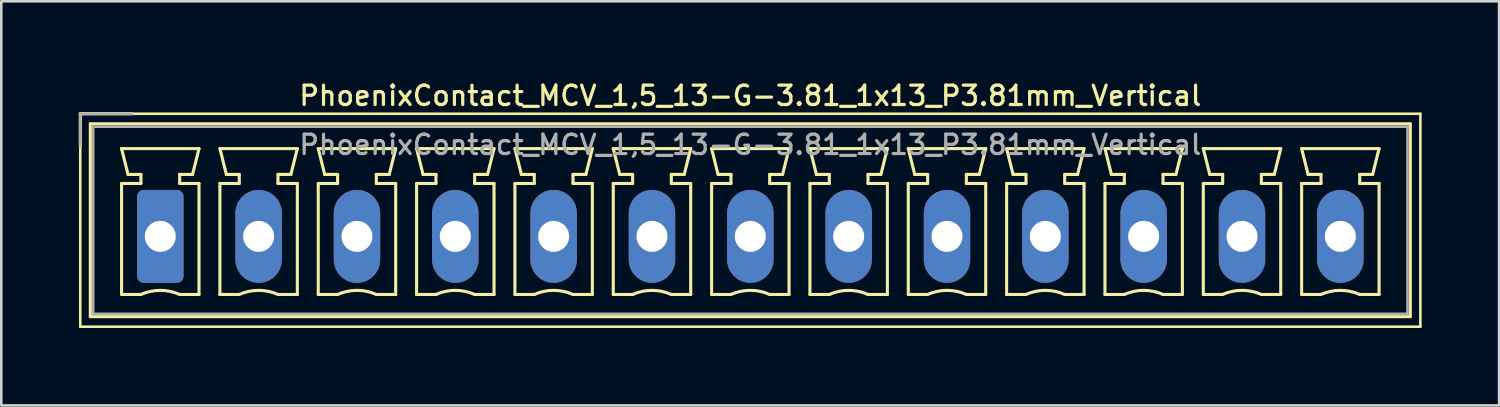
<source format=kicad_pcb>
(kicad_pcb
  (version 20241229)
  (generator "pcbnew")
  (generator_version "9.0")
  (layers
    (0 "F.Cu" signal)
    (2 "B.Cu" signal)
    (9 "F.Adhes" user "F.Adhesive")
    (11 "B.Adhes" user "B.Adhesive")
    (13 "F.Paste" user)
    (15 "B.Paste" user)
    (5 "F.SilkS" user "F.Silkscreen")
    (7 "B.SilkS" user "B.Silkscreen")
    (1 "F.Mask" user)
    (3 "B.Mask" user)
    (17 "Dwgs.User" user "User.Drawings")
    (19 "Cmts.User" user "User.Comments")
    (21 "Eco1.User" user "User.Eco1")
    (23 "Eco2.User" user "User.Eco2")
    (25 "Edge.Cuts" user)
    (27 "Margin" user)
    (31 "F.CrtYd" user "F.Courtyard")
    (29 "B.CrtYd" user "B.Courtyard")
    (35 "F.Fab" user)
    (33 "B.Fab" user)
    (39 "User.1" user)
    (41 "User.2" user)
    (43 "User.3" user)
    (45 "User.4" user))
  (footprint "PhoenixContact_MCV_1,5_13-G-3.81_1x13_P3.81mm_Vertical"
    (layer "F.Cu")
    (at 3.16 6.108)
    (property "Reference" "PhoenixContact_MCV_1,5_13-G-3.81_1x13_P3.81mm_Vertical" (at 22.86 -5.45 0) (layer "F.SilkS") (effects (font (size 0.75 0.75) (thickness 0.125))))
    (attr through_hole)
    (fp_line (start -3.1 -4.75) (end -3.1 3.5) (stroke (width 0.1) (type solid)) (layer "F.SilkS"))
    (fp_line (start -3.1 -4.75) (end -1.1 -4.75) (stroke (width 0.12) (type solid)) (layer "F.SilkS"))
    (fp_line (start -3.1 -3.5) (end -3.1 -4.75) (stroke (width 0.12) (type solid)) (layer "F.SilkS"))
    (fp_line (start -3.1 3.5) (end 48.82 3.5) (stroke (width 0.1) (type solid)) (layer "F.SilkS"))
    (fp_line (start -2.71 -4.36) (end -2.71 3.11) (stroke (width 0.12) (type solid)) (layer "F.SilkS"))
    (fp_line (start -2.71 3.11) (end 48.43 3.11) (stroke (width 0.12) (type solid)) (layer "F.SilkS"))
    (fp_line (start -1.5 -3.4) (end 1.5 -3.4) (stroke (width 0.12) (type solid)) (layer "F.SilkS"))
    (fp_line (start -1.5 -2.05) (end -0.75 -2.05) (stroke (width 0.12) (type solid)) (layer "F.SilkS"))
    (fp_line (start -1.5 2.25) (end -1.5 -2.05) (stroke (width 0.12) (type solid)) (layer "F.SilkS"))
    (fp_line (start -1.25 -2.4) (end -1.5 -3.4) (stroke (width 0.12) (type solid)) (layer "F.SilkS"))
    (fp_line (start -0.75 -2.4) (end -1.25 -2.4) (stroke (width 0.12) (type solid)) (layer "F.SilkS"))
    (fp_line (start -0.75 -2.05) (end -0.75 -2.4) (stroke (width 0.12) (type solid)) (layer "F.SilkS"))
    (fp_line (start -0.75 2.25) (end -1.5 2.25) (stroke (width 0.12) (type solid)) (layer "F.SilkS"))
    (fp_line (start 0.75 -2.4) (end 0.75 -2.05) (stroke (width 0.12) (type solid)) (layer "F.SilkS"))
    (fp_line (start 0.75 -2.05) (end 1.5 -2.05) (stroke (width 0.12) (type solid)) (layer "F.SilkS"))
    (fp_line (start 1.25 -2.4) (end 0.75 -2.4) (stroke (width 0.12) (type solid)) (layer "F.SilkS"))
    (fp_line (start 1.5 -3.4) (end 1.25 -2.4) (stroke (width 0.12) (type solid)) (layer "F.SilkS"))
    (fp_line (start 1.5 -2.05) (end 1.5 2.25) (stroke (width 0.12) (type solid)) (layer "F.SilkS"))
    (fp_line (start 1.5 2.25) (end 0.75 2.25) (stroke (width 0.12) (type solid)) (layer "F.SilkS"))
    (fp_line (start 2.31 -3.4) (end 5.31 -3.4) (stroke (width 0.12) (type solid)) (layer "F.SilkS"))
    (fp_line (start 2.31 -2.05) (end 3.06 -2.05) (stroke (width 0.12) (type solid)) (layer "F.SilkS"))
    (fp_line (start 2.31 2.25) (end 2.31 -2.05) (stroke (width 0.12) (type solid)) (layer "F.SilkS"))
    (fp_line (start 2.56 -2.4) (end 2.31 -3.4) (stroke (width 0.12) (type solid)) (layer "F.SilkS"))
    (fp_line (start 3.06 -2.4) (end 2.56 -2.4) (stroke (width 0.12) (type solid)) (layer "F.SilkS"))
    (fp_line (start 3.06 -2.05) (end 3.06 -2.4) (stroke (width 0.12) (type solid)) (layer "F.SilkS"))
    (fp_line (start 3.06 2.25) (end 2.31 2.25) (stroke (width 0.12) (type solid)) (layer "F.SilkS"))
    (fp_line (start 4.56 -2.4) (end 4.56 -2.05) (stroke (width 0.12) (type solid)) (layer "F.SilkS"))
    (fp_line (start 4.56 -2.05) (end 5.31 -2.05) (stroke (width 0.12) (type solid)) (layer "F.SilkS"))
    (fp_line (start 5.06 -2.4) (end 4.56 -2.4) (stroke (width 0.12) (type solid)) (layer "F.SilkS"))
    (fp_line (start 5.31 -3.4) (end 5.06 -2.4) (stroke (width 0.12) (type solid)) (layer "F.SilkS"))
    (fp_line (start 5.31 -2.05) (end 5.31 2.25) (stroke (width 0.12) (type solid)) (layer "F.SilkS"))
    (fp_line (start 5.31 2.25) (end 4.56 2.25) (stroke (width 0.12) (type solid)) (layer "F.SilkS"))
    (fp_line (start 6.12 -3.4) (end 9.12 -3.4) (stroke (width 0.12) (type solid)) (layer "F.SilkS"))
    (fp_line (start 6.12 -2.05) (end 6.87 -2.05) (stroke (width 0.12) (type solid)) (layer "F.SilkS"))
    (fp_line (start 6.12 2.25) (end 6.12 -2.05) (stroke (width 0.12) (type solid)) (layer "F.SilkS"))
    (fp_line (start 6.37 -2.4) (end 6.12 -3.4) (stroke (width 0.12) (type solid)) (layer "F.SilkS"))
    (fp_line (start 6.87 -2.4) (end 6.37 -2.4) (stroke (width 0.12) (type solid)) (layer "F.SilkS"))
    (fp_line (start 6.87 -2.05) (end 6.87 -2.4) (stroke (width 0.12) (type solid)) (layer "F.SilkS"))
    (fp_line (start 6.87 2.25) (end 6.12 2.25) (stroke (width 0.12) (type solid)) (layer "F.SilkS"))
    (fp_line (start 8.37 -2.4) (end 8.37 -2.05) (stroke (width 0.12) (type solid)) (layer "F.SilkS"))
    (fp_line (start 8.37 -2.05) (end 9.12 -2.05) (stroke (width 0.12) (type solid)) (layer "F.SilkS"))
    (fp_line (start 8.87 -2.4) (end 8.37 -2.4) (stroke (width 0.12) (type solid)) (layer "F.SilkS"))
    (fp_line (start 9.12 -3.4) (end 8.87 -2.4) (stroke (width 0.12) (type solid)) (layer "F.SilkS"))
    (fp_line (start 9.12 -2.05) (end 9.12 2.25) (stroke (width 0.12) (type solid)) (layer "F.SilkS"))
    (fp_line (start 9.12 2.25) (end 8.37 2.25) (stroke (width 0.12) (type solid)) (layer "F.SilkS"))
    (fp_line (start 9.93 -3.4) (end 12.93 -3.4) (stroke (width 0.12) (type solid)) (layer "F.SilkS"))
    (fp_line (start 9.93 -2.05) (end 10.68 -2.05) (stroke (width 0.12) (type solid)) (layer "F.SilkS"))
    (fp_line (start 9.93 2.25) (end 9.93 -2.05) (stroke (width 0.12) (type solid)) (layer "F.SilkS"))
    (fp_line (start 10.18 -2.4) (end 9.93 -3.4) (stroke (width 0.12) (type solid)) (layer "F.SilkS"))
    (fp_line (start 10.68 -2.4) (end 10.18 -2.4) (stroke (width 0.12) (type solid)) (layer "F.SilkS"))
    (fp_line (start 10.68 -2.05) (end 10.68 -2.4) (stroke (width 0.12) (type solid)) (layer "F.SilkS"))
    (fp_line (start 10.68 2.25) (end 9.93 2.25) (stroke (width 0.12) (type solid)) (layer "F.SilkS"))
    (fp_line (start 12.18 -2.4) (end 12.18 -2.05) (stroke (width 0.12) (type solid)) (layer "F.SilkS"))
    (fp_line (start 12.18 -2.05) (end 12.93 -2.05) (stroke (width 0.12) (type solid)) (layer "F.SilkS"))
    (fp_line (start 12.68 -2.4) (end 12.18 -2.4) (stroke (width 0.12) (type solid)) (layer "F.SilkS"))
    (fp_line (start 12.93 -3.4) (end 12.68 -2.4) (stroke (width 0.12) (type solid)) (layer "F.SilkS"))
    (fp_line (start 12.93 -2.05) (end 12.93 2.25) (stroke (width 0.12) (type solid)) (layer "F.SilkS"))
    (fp_line (start 12.93 2.25) (end 12.18 2.25) (stroke (width 0.12) (type solid)) (layer "F.SilkS"))
    (fp_line (start 13.74 -3.4) (end 16.74 -3.4) (stroke (width 0.12) (type solid)) (layer "F.SilkS"))
    (fp_line (start 13.74 -2.05) (end 14.49 -2.05) (stroke (width 0.12) (type solid)) (layer "F.SilkS"))
    (fp_line (start 13.74 2.25) (end 13.74 -2.05) (stroke (width 0.12) (type solid)) (layer "F.SilkS"))
    (fp_line (start 13.99 -2.4) (end 13.74 -3.4) (stroke (width 0.12) (type solid)) (layer "F.SilkS"))
    (fp_line (start 14.49 -2.4) (end 13.99 -2.4) (stroke (width 0.12) (type solid)) (layer "F.SilkS"))
    (fp_line (start 14.49 -2.05) (end 14.49 -2.4) (stroke (width 0.12) (type solid)) (layer "F.SilkS"))
    (fp_line (start 14.49 2.25) (end 13.74 2.25) (stroke (width 0.12) (type solid)) (layer "F.SilkS"))
    (fp_line (start 15.99 -2.4) (end 15.99 -2.05) (stroke (width 0.12) (type solid)) (layer "F.SilkS"))
    (fp_line (start 15.99 -2.05) (end 16.74 -2.05) (stroke (width 0.12) (type solid)) (layer "F.SilkS"))
    (fp_line (start 16.49 -2.4) (end 15.99 -2.4) (stroke (width 0.12) (type solid)) (layer "F.SilkS"))
    (fp_line (start 16.74 -3.4) (end 16.49 -2.4) (stroke (width 0.12) (type solid)) (layer "F.SilkS"))
    (fp_line (start 16.74 -2.05) (end 16.74 2.25) (stroke (width 0.12) (type solid)) (layer "F.SilkS"))
    (fp_line (start 16.74 2.25) (end 15.99 2.25) (stroke (width 0.12) (type solid)) (layer "F.SilkS"))
    (fp_line (start 17.55 -3.4) (end 20.55 -3.4) (stroke (width 0.12) (type solid)) (layer "F.SilkS"))
    (fp_line (start 17.55 -2.05) (end 18.3 -2.05) (stroke (width 0.12) (type solid)) (layer "F.SilkS"))
    (fp_line (start 17.55 2.25) (end 17.55 -2.05) (stroke (width 0.12) (type solid)) (layer "F.SilkS"))
    (fp_line (start 17.8 -2.4) (end 17.55 -3.4) (stroke (width 0.12) (type solid)) (layer "F.SilkS"))
    (fp_line (start 18.3 -2.4) (end 17.8 -2.4) (stroke (width 0.12) (type solid)) (layer "F.SilkS"))
    (fp_line (start 18.3 -2.05) (end 18.3 -2.4) (stroke (width 0.12) (type solid)) (layer "F.SilkS"))
    (fp_line (start 18.3 2.25) (end 17.55 2.25) (stroke (width 0.12) (type solid)) (layer "F.SilkS"))
    (fp_line (start 19.8 -2.4) (end 19.8 -2.05) (stroke (width 0.12) (type solid)) (layer "F.SilkS"))
    (fp_line (start 19.8 -2.05) (end 20.55 -2.05) (stroke (width 0.12) (type solid)) (layer "F.SilkS"))
    (fp_line (start 20.3 -2.4) (end 19.8 -2.4) (stroke (width 0.12) (type solid)) (layer "F.SilkS"))
    (fp_line (start 20.55 -3.4) (end 20.3 -2.4) (stroke (width 0.12) (type solid)) (layer "F.SilkS"))
    (fp_line (start 20.55 -2.05) (end 20.55 2.25) (stroke (width 0.12) (type solid)) (layer "F.SilkS"))
    (fp_line (start 20.55 2.25) (end 19.8 2.25) (stroke (width 0.12) (type solid)) (layer "F.SilkS"))
    (fp_line (start 21.36 -3.4) (end 24.36 -3.4) (stroke (width 0.12) (type solid)) (layer "F.SilkS"))
    (fp_line (start 21.36 -2.05) (end 22.11 -2.05) (stroke (width 0.12) (type solid)) (layer "F.SilkS"))
    (fp_line (start 21.36 2.25) (end 21.36 -2.05) (stroke (width 0.12) (type solid)) (layer "F.SilkS"))
    (fp_line (start 21.61 -2.4) (end 21.36 -3.4) (stroke (width 0.12) (type solid)) (layer "F.SilkS"))
    (fp_line (start 22.11 -2.4) (end 21.61 -2.4) (stroke (width 0.12) (type solid)) (layer "F.SilkS"))
    (fp_line (start 22.11 -2.05) (end 22.11 -2.4) (stroke (width 0.12) (type solid)) (layer "F.SilkS"))
    (fp_line (start 22.11 2.25) (end 21.36 2.25) (stroke (width 0.12) (type solid)) (layer "F.SilkS"))
    (fp_line (start 23.61 -2.4) (end 23.61 -2.05) (stroke (width 0.12) (type solid)) (layer "F.SilkS"))
    (fp_line (start 23.61 -2.05) (end 24.36 -2.05) (stroke (width 0.12) (type solid)) (layer "F.SilkS"))
    (fp_line (start 24.11 -2.4) (end 23.61 -2.4) (stroke (width 0.12) (type solid)) (layer "F.SilkS"))
    (fp_line (start 24.36 -3.4) (end 24.11 -2.4) (stroke (width 0.12) (type solid)) (layer "F.SilkS"))
    (fp_line (start 24.36 -2.05) (end 24.36 2.25) (stroke (width 0.12) (type solid)) (layer "F.SilkS"))
    (fp_line (start 24.36 2.25) (end 23.61 2.25) (stroke (width 0.12) (type solid)) (layer "F.SilkS"))
    (fp_line (start 25.17 -3.4) (end 28.17 -3.4) (stroke (width 0.12) (type solid)) (layer "F.SilkS"))
    (fp_line (start 25.17 -2.05) (end 25.92 -2.05) (stroke (width 0.12) (type solid)) (layer "F.SilkS"))
    (fp_line (start 25.17 2.25) (end 25.17 -2.05) (stroke (width 0.12) (type solid)) (layer "F.SilkS"))
    (fp_line (start 25.42 -2.4) (end 25.17 -3.4) (stroke (width 0.12) (type solid)) (layer "F.SilkS"))
    (fp_line (start 25.92 -2.4) (end 25.42 -2.4) (stroke (width 0.12) (type solid)) (layer "F.SilkS"))
    (fp_line (start 25.92 -2.05) (end 25.92 -2.4) (stroke (width 0.12) (type solid)) (layer "F.SilkS"))
    (fp_line (start 25.92 2.25) (end 25.17 2.25) (stroke (width 0.12) (type solid)) (layer "F.SilkS"))
    (fp_line (start 27.42 -2.4) (end 27.42 -2.05) (stroke (width 0.12) (type solid)) (layer "F.SilkS"))
    (fp_line (start 27.42 -2.05) (end 28.17 -2.05) (stroke (width 0.12) (type solid)) (layer "F.SilkS"))
    (fp_line (start 27.92 -2.4) (end 27.42 -2.4) (stroke (width 0.12) (type solid)) (layer "F.SilkS"))
    (fp_line (start 28.17 -3.4) (end 27.92 -2.4) (stroke (width 0.12) (type solid)) (layer "F.SilkS"))
    (fp_line (start 28.17 -2.05) (end 28.17 2.25) (stroke (width 0.12) (type solid)) (layer "F.SilkS"))
    (fp_line (start 28.17 2.25) (end 27.42 2.25) (stroke (width 0.12) (type solid)) (layer "F.SilkS"))
    (fp_line (start 28.98 -3.4) (end 31.98 -3.4) (stroke (width 0.12) (type solid)) (layer "F.SilkS"))
    (fp_line (start 28.98 -2.05) (end 29.73 -2.05) (stroke (width 0.12) (type solid)) (layer "F.SilkS"))
    (fp_line (start 28.98 2.25) (end 28.98 -2.05) (stroke (width 0.12) (type solid)) (layer "F.SilkS"))
    (fp_line (start 29.23 -2.4) (end 28.98 -3.4) (stroke (width 0.12) (type solid)) (layer "F.SilkS"))
    (fp_line (start 29.73 -2.4) (end 29.23 -2.4) (stroke (width 0.12) (type solid)) (layer "F.SilkS"))
    (fp_line (start 29.73 -2.05) (end 29.73 -2.4) (stroke (width 0.12) (type solid)) (layer "F.SilkS"))
    (fp_line (start 29.73 2.25) (end 28.98 2.25) (stroke (width 0.12) (type solid)) (layer "F.SilkS"))
    (fp_line (start 31.23 -2.4) (end 31.23 -2.05) (stroke (width 0.12) (type solid)) (layer "F.SilkS"))
    (fp_line (start 31.23 -2.05) (end 31.98 -2.05) (stroke (width 0.12) (type solid)) (layer "F.SilkS"))
    (fp_line (start 31.73 -2.4) (end 31.23 -2.4) (stroke (width 0.12) (type solid)) (layer "F.SilkS"))
    (fp_line (start 31.98 -3.4) (end 31.73 -2.4) (stroke (width 0.12) (type solid)) (layer "F.SilkS"))
    (fp_line (start 31.98 -2.05) (end 31.98 2.25) (stroke (width 0.12) (type solid)) (layer "F.SilkS"))
    (fp_line (start 31.98 2.25) (end 31.23 2.25) (stroke (width 0.12) (type solid)) (layer "F.SilkS"))
    (fp_line (start 32.79 -3.4) (end 35.79 -3.4) (stroke (width 0.12) (type solid)) (layer "F.SilkS"))
    (fp_line (start 32.79 -2.05) (end 33.54 -2.05) (stroke (width 0.12) (type solid)) (layer "F.SilkS"))
    (fp_line (start 32.79 2.25) (end 32.79 -2.05) (stroke (width 0.12) (type solid)) (layer "F.SilkS"))
    (fp_line (start 33.04 -2.4) (end 32.79 -3.4) (stroke (width 0.12) (type solid)) (layer "F.SilkS"))
    (fp_line (start 33.54 -2.4) (end 33.04 -2.4) (stroke (width 0.12) (type solid)) (layer "F.SilkS"))
    (fp_line (start 33.54 -2.05) (end 33.54 -2.4) (stroke (width 0.12) (type solid)) (layer "F.SilkS"))
    (fp_line (start 33.54 2.25) (end 32.79 2.25) (stroke (width 0.12) (type solid)) (layer "F.SilkS"))
    (fp_line (start 35.04 -2.4) (end 35.04 -2.05) (stroke (width 0.12) (type solid)) (layer "F.SilkS"))
    (fp_line (start 35.04 -2.05) (end 35.79 -2.05) (stroke (width 0.12) (type solid)) (layer "F.SilkS"))
    (fp_line (start 35.54 -2.4) (end 35.04 -2.4) (stroke (width 0.12) (type solid)) (layer "F.SilkS"))
    (fp_line (start 35.79 -3.4) (end 35.54 -2.4) (stroke (width 0.12) (type solid)) (layer "F.SilkS"))
    (fp_line (start 35.79 -2.05) (end 35.79 2.25) (stroke (width 0.12) (type solid)) (layer "F.SilkS"))
    (fp_line (start 35.79 2.25) (end 35.04 2.25) (stroke (width 0.12) (type solid)) (layer "F.SilkS"))
    (fp_line (start 36.6 -3.4) (end 39.6 -3.4) (stroke (width 0.12) (type solid)) (layer "F.SilkS"))
    (fp_line (start 36.6 -2.05) (end 37.35 -2.05) (stroke (width 0.12) (type solid)) (layer "F.SilkS"))
    (fp_line (start 36.6 2.25) (end 36.6 -2.05) (stroke (width 0.12) (type solid)) (layer "F.SilkS"))
    (fp_line (start 36.85 -2.4) (end 36.6 -3.4) (stroke (width 0.12) (type solid)) (layer "F.SilkS"))
    (fp_line (start 37.35 -2.4) (end 36.85 -2.4) (stroke (width 0.12) (type solid)) (layer "F.SilkS"))
    (fp_line (start 37.35 -2.05) (end 37.35 -2.4) (stroke (width 0.12) (type solid)) (layer "F.SilkS"))
    (fp_line (start 37.35 2.25) (end 36.6 2.25) (stroke (width 0.12) (type solid)) (layer "F.SilkS"))
    (fp_line (start 38.85 -2.4) (end 38.85 -2.05) (stroke (width 0.12) (type solid)) (layer "F.SilkS"))
    (fp_line (start 38.85 -2.05) (end 39.6 -2.05) (stroke (width 0.12) (type solid)) (layer "F.SilkS"))
    (fp_line (start 39.35 -2.4) (end 38.85 -2.4) (stroke (width 0.12) (type solid)) (layer "F.SilkS"))
    (fp_line (start 39.6 -3.4) (end 39.35 -2.4) (stroke (width 0.12) (type solid)) (layer "F.SilkS"))
    (fp_line (start 39.6 -2.05) (end 39.6 2.25) (stroke (width 0.12) (type solid)) (layer "F.SilkS"))
    (fp_line (start 39.6 2.25) (end 38.85 2.25) (stroke (width 0.12) (type solid)) (layer "F.SilkS"))
    (fp_line (start 40.41 -3.4) (end 43.41 -3.4) (stroke (width 0.12) (type solid)) (layer "F.SilkS"))
    (fp_line (start 40.41 -2.05) (end 41.16 -2.05) (stroke (width 0.12) (type solid)) (layer "F.SilkS"))
    (fp_line (start 40.41 2.25) (end 40.41 -2.05) (stroke (width 0.12) (type solid)) (layer "F.SilkS"))
    (fp_line (start 40.66 -2.4) (end 40.41 -3.4) (stroke (width 0.12) (type solid)) (layer "F.SilkS"))
    (fp_line (start 41.16 -2.4) (end 40.66 -2.4) (stroke (width 0.12) (type solid)) (layer "F.SilkS"))
    (fp_line (start 41.16 -2.05) (end 41.16 -2.4) (stroke (width 0.12) (type solid)) (layer "F.SilkS"))
    (fp_line (start 41.16 2.25) (end 40.41 2.25) (stroke (width 0.12) (type solid)) (layer "F.SilkS"))
    (fp_line (start 42.66 -2.4) (end 42.66 -2.05) (stroke (width 0.12) (type solid)) (layer "F.SilkS"))
    (fp_line (start 42.66 -2.05) (end 43.41 -2.05) (stroke (width 0.12) (type solid)) (layer "F.SilkS"))
    (fp_line (start 43.16 -2.4) (end 42.66 -2.4) (stroke (width 0.12) (type solid)) (layer "F.SilkS"))
    (fp_line (start 43.41 -3.4) (end 43.16 -2.4) (stroke (width 0.12) (type solid)) (layer "F.SilkS"))
    (fp_line (start 43.41 -2.05) (end 43.41 2.25) (stroke (width 0.12) (type solid)) (layer "F.SilkS"))
    (fp_line (start 43.41 2.25) (end 42.66 2.25) (stroke (width 0.12) (type solid)) (layer "F.SilkS"))
    (fp_line (start 44.22 -3.4) (end 47.22 -3.4) (stroke (width 0.12) (type solid)) (layer "F.SilkS"))
    (fp_line (start 44.22 -2.05) (end 44.97 -2.05) (stroke (width 0.12) (type solid)) (layer "F.SilkS"))
    (fp_line (start 44.22 2.25) (end 44.22 -2.05) (stroke (width 0.12) (type solid)) (layer "F.SilkS"))
    (fp_line (start 44.47 -2.4) (end 44.22 -3.4) (stroke (width 0.12) (type solid)) (layer "F.SilkS"))
    (fp_line (start 44.97 -2.4) (end 44.47 -2.4) (stroke (width 0.12) (type solid)) (layer "F.SilkS"))
    (fp_line (start 44.97 -2.05) (end 44.97 -2.4) (stroke (width 0.12) (type solid)) (layer "F.SilkS"))
    (fp_line (start 44.97 2.25) (end 44.22 2.25) (stroke (width 0.12) (type solid)) (layer "F.SilkS"))
    (fp_line (start 46.47 -2.4) (end 46.47 -2.05) (stroke (width 0.12) (type solid)) (layer "F.SilkS"))
    (fp_line (start 46.47 -2.05) (end 47.22 -2.05) (stroke (width 0.12) (type solid)) (layer "F.SilkS"))
    (fp_line (start 46.97 -2.4) (end 46.47 -2.4) (stroke (width 0.12) (type solid)) (layer "F.SilkS"))
    (fp_line (start 47.22 -3.4) (end 46.97 -2.4) (stroke (width 0.12) (type solid)) (layer "F.SilkS"))
    (fp_line (start 47.22 -2.05) (end 47.22 2.25) (stroke (width 0.12) (type solid)) (layer "F.SilkS"))
    (fp_line (start 47.22 2.25) (end 46.47 2.25) (stroke (width 0.12) (type solid)) (layer "F.SilkS"))
    (fp_line (start 48.43 -4.36) (end -2.71 -4.36) (stroke (width 0.12) (type solid)) (layer "F.SilkS"))
    (fp_line (start 48.43 3.11) (end 48.43 -4.36) (stroke (width 0.12) (type solid)) (layer "F.SilkS"))
    (fp_line (start 48.82 -4.75) (end -3.1 -4.75) (stroke (width 0.1) (type solid)) (layer "F.SilkS"))
    (fp_line (start 48.82 3.5) (end 48.82 -4.75) (stroke (width 0.1) (type solid)) (layer "F.SilkS"))
    (fp_arc (start -0.75 2.25) (mid -0.000193 2.09191) (end 0.749647 2.249844) (stroke (width 0.12) (type solid)) (layer "F.SilkS"))
    (fp_arc (start 3.06 2.25) (mid 3.809807 2.09191) (end 4.559647 2.249844) (stroke (width 0.12) (type solid)) (layer "F.SilkS"))
    (fp_arc (start 6.87 2.25) (mid 7.619807 2.09191) (end 8.369647 2.249844) (stroke (width 0.12) (type solid)) (layer "F.SilkS"))
    (fp_arc (start 10.68 2.25) (mid 11.429807 2.09191) (end 12.179647 2.249844) (stroke (width 0.12) (type solid)) (layer "F.SilkS"))
    (fp_arc (start 14.49 2.25) (mid 15.239807 2.09191) (end 15.989647 2.249844) (stroke (width 0.12) (type solid)) (layer "F.SilkS"))
    (fp_arc (start 18.3 2.25) (mid 19.049807 2.09191) (end 19.799647 2.249844) (stroke (width 0.12) (type solid)) (layer "F.SilkS"))
    (fp_arc (start 22.11 2.25) (mid 22.859807 2.09191) (end 23.609647 2.249844) (stroke (width 0.12) (type solid)) (layer "F.SilkS"))
    (fp_arc (start 25.92 2.25) (mid 26.669807 2.09191) (end 27.419647 2.249844) (stroke (width 0.12) (type solid)) (layer "F.SilkS"))
    (fp_arc (start 29.73 2.25) (mid 30.479807 2.09191) (end 31.229647 2.249844) (stroke (width 0.12) (type solid)) (layer "F.SilkS"))
    (fp_arc (start 33.54 2.25) (mid 34.289807 2.09191) (end 35.039647 2.249844) (stroke (width 0.12) (type solid)) (layer "F.SilkS"))
    (fp_arc (start 37.35 2.25) (mid 38.099807 2.09191) (end 38.849647 2.249844) (stroke (width 0.12) (type solid)) (layer "F.SilkS"))
    (fp_arc (start 41.16 2.25) (mid 41.909807 2.09191) (end 42.659647 2.249844) (stroke (width 0.12) (type solid)) (layer "F.SilkS"))
    (fp_arc (start 44.97 2.25) (mid 45.719807 2.09191) (end 46.469647 2.249844) (stroke (width 0.12) (type solid)) (layer "F.SilkS"))
    (fp_line (start -3.1 -4.75) (end -1.1 -4.75) (stroke (width 0.1) (type solid)) (layer "F.Fab"))
    (fp_line (start -3.1 -3.5) (end -3.1 -4.75) (stroke (width 0.1) (type solid)) (layer "F.Fab"))
    (fp_line (start -2.6 -4.25) (end -2.6 3) (stroke (width 0.1) (type solid)) (layer "F.Fab"))
    (fp_line (start -2.6 3) (end 48.32 3) (stroke (width 0.1) (type solid)) (layer "F.Fab"))
    (fp_line (start 48.32 -4.25) (end -2.6 -4.25) (stroke (width 0.1) (type solid)) (layer "F.Fab"))
    (fp_line (start 48.32 3) (end 48.32 -4.25) (stroke (width 0.1) (type solid)) (layer "F.Fab"))
    (fp_text user "${REFERENCE}" (at 22.86 -3.55 0) (layer "F.Fab") (effects (font (size 0.75 0.75) (thickness 0.125))))
    (pad "1" thru_hole roundrect (at 0 0) (size 1.8 3.6) (drill 1.2) (layers "*.Cu" "*.Mask") (roundrect_rratio 0.139))
    (pad "2" thru_hole oval (at 3.81 0) (size 1.8 3.6) (drill 1.2) (layers "*.Cu" "*.Mask"))
    (pad "3" thru_hole oval (at 7.62 0) (size 1.8 3.6) (drill 1.2) (layers "*.Cu" "*.Mask"))
    (pad "4" thru_hole oval (at 11.43 0) (size 1.8 3.6) (drill 1.2) (layers "*.Cu" "*.Mask"))
    (pad "5" thru_hole oval (at 15.24 0) (size 1.8 3.6) (drill 1.2) (layers "*.Cu" "*.Mask"))
    (pad "6" thru_hole oval (at 19.05 0) (size 1.8 3.6) (drill 1.2) (layers "*.Cu" "*.Mask"))
    (pad "7" thru_hole oval (at 22.86 0) (size 1.8 3.6) (drill 1.2) (layers "*.Cu" "*.Mask"))
    (pad "8" thru_hole oval (at 26.67 0) (size 1.8 3.6) (drill 1.2) (layers "*.Cu" "*.Mask"))
    (pad "9" thru_hole oval (at 30.48 0) (size 1.8 3.6) (drill 1.2) (layers "*.Cu" "*.Mask"))
    (pad "10" thru_hole oval (at 34.29 0) (size 1.8 3.6) (drill 1.2) (layers "*.Cu" "*.Mask"))
    (pad "11" thru_hole oval (at 38.1 0) (size 1.8 3.6) (drill 1.2) (layers "*.Cu" "*.Mask"))
    (pad "12" thru_hole oval (at 41.91 0) (size 1.8 3.6) (drill 1.2) (layers "*.Cu" "*.Mask"))
    (pad "13" thru_hole oval (at 45.72 0) (size 1.8 3.6) (drill 1.2) (layers "*.Cu" "*.Mask")))
  (gr_rect
    (start -3 -3)
    (end 55.03 12.658)
    (stroke (width 0.1) (type default))
    (fill no)
    (layer "Edge.Cuts")))
</source>
